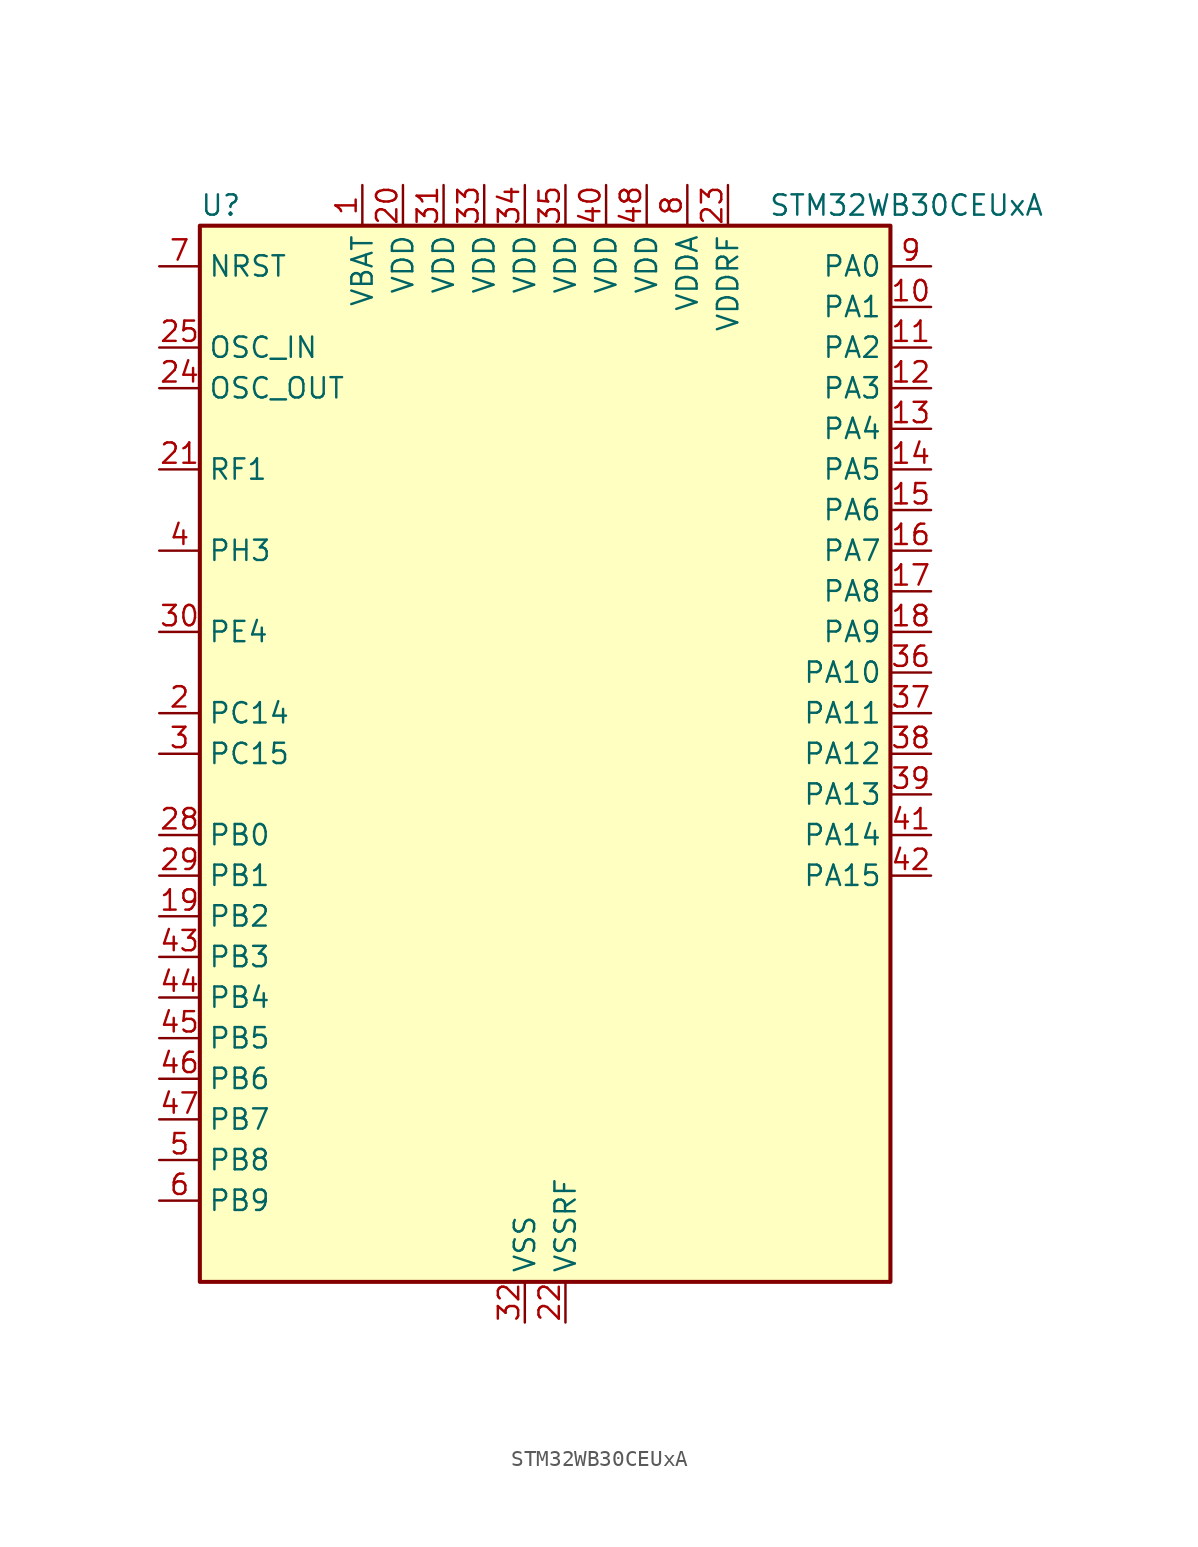
<source format=kicad_sym>
(kicad_symbol_lib
  (version 20220914)
  (generator kicad_symbol_editor)
  (symbol "STM32WB30CEUxA"
    (property "Reference" "U"
      (at -20.32 34.29 0)
      (effects (font (size 1.27 1.27)) (justify left)))
    (property "Value" "STM32WB30CEUxA"
      (at 15.24 34.29 0)
      (effects (font (size 1.27 1.27)) (justify left)))
    (property "ki_locked" ""
      (at 0 0 0)
      (effects (font (size 1.27 1.27))))
    (symbol "STM32WB30CEUxA_0_1"
      (rectangle (start -20.32 -33.02) (end 22.86 33.02) (stroke (width 0.254) (type default)) (fill (type background))))
    (symbol "STM32WB30CEUxA_1_1"
      (pin power_in line (at -10.16 35.56 270) (length 2.54) (name "VBAT" (effects (font (size 1.27 1.27)))) (number "1" (effects (font (size 1.27 1.27)))))
      (pin bidirectional line (at 25.4 27.94 180) (length 2.54) (name "PA1" (effects (font (size 1.27 1.27)))) (number "10" (effects (font (size 1.27 1.27)))) (alternate "ADC1_IN6" bidirectional line) (alternate "I2C1_SMBA" bidirectional line) (alternate "SPI1_SCK" bidirectional line) (alternate "TIM2_CH2" bidirectional line))
      (pin bidirectional line (at 25.4 25.4 180) (length 2.54) (name "PA2" (effects (font (size 1.27 1.27)))) (number "11" (effects (font (size 1.27 1.27)))) (alternate "ADC1_IN7" bidirectional line) (alternate "RCC_LSCO" bidirectional line) (alternate "SYS_WKUP4" bidirectional line) (alternate "TIM2_CH3" bidirectional line))
      (pin bidirectional line (at 25.4 22.86 180) (length 2.54) (name "PA3" (effects (font (size 1.27 1.27)))) (number "12" (effects (font (size 1.27 1.27)))) (alternate "ADC1_IN8" bidirectional line) (alternate "TIM2_CH4" bidirectional line))
      (pin bidirectional line (at 25.4 20.32 180) (length 2.54) (name "PA4" (effects (font (size 1.27 1.27)))) (number "13" (effects (font (size 1.27 1.27)))) (alternate "ADC1_IN9" bidirectional line) (alternate "LPTIM2_OUT" bidirectional line) (alternate "SPI1_NSS" bidirectional line))
      (pin bidirectional line (at 25.4 17.78 180) (length 2.54) (name "PA5" (effects (font (size 1.27 1.27)))) (number "14" (effects (font (size 1.27 1.27)))) (alternate "ADC1_IN10" bidirectional line) (alternate "LPTIM2_ETR" bidirectional line) (alternate "SPI1_SCK" bidirectional line) (alternate "TIM2_CH1" bidirectional line) (alternate "TIM2_ETR" bidirectional line))
      (pin bidirectional line (at 25.4 15.24 180) (length 2.54) (name "PA6" (effects (font (size 1.27 1.27)))) (number "15" (effects (font (size 1.27 1.27)))) (alternate "ADC1_IN11" bidirectional line) (alternate "SPI1_MISO" bidirectional line) (alternate "TIM16_CH1" bidirectional line) (alternate "TIM1_BKIN" bidirectional line))
      (pin bidirectional line (at 25.4 12.7 180) (length 2.54) (name "PA7" (effects (font (size 1.27 1.27)))) (number "16" (effects (font (size 1.27 1.27)))) (alternate "ADC1_IN12" bidirectional line) (alternate "SPI1_MOSI" bidirectional line) (alternate "TIM17_CH1" bidirectional line) (alternate "TIM1_CH1N" bidirectional line))
      (pin bidirectional line (at 25.4 10.16 180) (length 2.54) (name "PA8" (effects (font (size 1.27 1.27)))) (number "17" (effects (font (size 1.27 1.27)))) (alternate "ADC1_IN15" bidirectional line) (alternate "LPTIM2_OUT" bidirectional line) (alternate "RCC_MCO" bidirectional line) (alternate "TIM1_CH1" bidirectional line) (alternate "USART1_CK" bidirectional line))
      (pin bidirectional line (at 25.4 7.62 180) (length 2.54) (name "PA9" (effects (font (size 1.27 1.27)))) (number "18" (effects (font (size 1.27 1.27)))) (alternate "ADC1_IN16" bidirectional line) (alternate "I2C1_SCL" bidirectional line) (alternate "TIM1_CH2" bidirectional line) (alternate "USART1_TX" bidirectional line))
      (pin bidirectional line (at -22.86 -10.16 0) (length 2.54) (name "PB2" (effects (font (size 1.27 1.27)))) (number "19" (effects (font (size 1.27 1.27)))) (alternate "LPTIM1_OUT" bidirectional line) (alternate "RTC_OUT2" bidirectional line) (alternate "SPI1_NSS" bidirectional line))
      (pin bidirectional line (at -22.86 2.54 0) (length 2.54) (name "PC14" (effects (font (size 1.27 1.27)))) (number "2" (effects (font (size 1.27 1.27)))) (alternate "RCC_OSC32_IN" bidirectional line))
      (pin power_in line (at -7.62 35.56 270) (length 2.54) (name "VDD" (effects (font (size 1.27 1.27)))) (number "20" (effects (font (size 1.27 1.27)))))
      (pin bidirectional line (at -22.86 17.78 0) (length 2.54) (name "RF1" (effects (font (size 1.27 1.27)))) (number "21" (effects (font (size 1.27 1.27)))) (alternate "RF_RF1" bidirectional line))
      (pin power_in line (at 2.54 -35.56 90) (length 2.54) (name "VSSRF" (effects (font (size 1.27 1.27)))) (number "22" (effects (font (size 1.27 1.27)))))
      (pin power_in line (at 12.7 35.56 270) (length 2.54) (name "VDDRF" (effects (font (size 1.27 1.27)))) (number "23" (effects (font (size 1.27 1.27)))))
      (pin input line (at -22.86 22.86 0) (length 2.54) (name "OSC_OUT" (effects (font (size 1.27 1.27)))) (number "24" (effects (font (size 1.27 1.27)))) (alternate "RCC_OSC_OUT" bidirectional line))
      (pin input line (at -22.86 25.4 0) (length 2.54) (name "OSC_IN" (effects (font (size 1.27 1.27)))) (number "25" (effects (font (size 1.27 1.27)))) (alternate "RCC_OSC_IN" bidirectional line))
      (pin no_connect line (at -20.32 -33.02 0) (length 2.54) hide (name "AT0" (effects (font (size 1.27 1.27)))) (number "26" (effects (font (size 1.27 1.27)))))
      (pin no_connect line (at -20.32 -30.48 0) (length 2.54) hide (name "AT1" (effects (font (size 1.27 1.27)))) (number "27" (effects (font (size 1.27 1.27)))))
      (pin bidirectional line (at -22.86 -5.08 0) (length 2.54) (name "PB0" (effects (font (size 1.27 1.27)))) (number "28" (effects (font (size 1.27 1.27)))) (alternate "RF_TX_MOD_EXT_PA" bidirectional line))
      (pin bidirectional line (at -22.86 -7.62 0) (length 2.54) (name "PB1" (effects (font (size 1.27 1.27)))) (number "29" (effects (font (size 1.27 1.27)))) (alternate "LPTIM2_IN1" bidirectional line))
      (pin bidirectional line (at -22.86 0 0) (length 2.54) (name "PC15" (effects (font (size 1.27 1.27)))) (number "3" (effects (font (size 1.27 1.27)))) (alternate "ADC1_EXTI15" bidirectional line) (alternate "RCC_OSC32_OUT" bidirectional line))
      (pin bidirectional line (at -22.86 7.62 0) (length 2.54) (name "PE4" (effects (font (size 1.27 1.27)))) (number "30" (effects (font (size 1.27 1.27)))))
      (pin power_in line (at -5.08 35.56 270) (length 2.54) (name "VDD" (effects (font (size 1.27 1.27)))) (number "31" (effects (font (size 1.27 1.27)))))
      (pin power_in line (at 0 -35.56 90) (length 2.54) (name "VSS" (effects (font (size 1.27 1.27)))) (number "32" (effects (font (size 1.27 1.27)))))
      (pin power_in line (at -2.54 35.56 270) (length 2.54) (name "VDD" (effects (font (size 1.27 1.27)))) (number "33" (effects (font (size 1.27 1.27)))))
      (pin power_in line (at 0 35.56 270) (length 2.54) (name "VDD" (effects (font (size 1.27 1.27)))) (number "34" (effects (font (size 1.27 1.27)))))
      (pin power_in line (at 2.54 35.56 270) (length 2.54) (name "VDD" (effects (font (size 1.27 1.27)))) (number "35" (effects (font (size 1.27 1.27)))))
      (pin bidirectional line (at 25.4 5.08 180) (length 2.54) (name "PA10" (effects (font (size 1.27 1.27)))) (number "36" (effects (font (size 1.27 1.27)))) (alternate "I2C1_SDA" bidirectional line) (alternate "TIM17_BKIN" bidirectional line) (alternate "TIM1_CH3" bidirectional line) (alternate "USART1_RX" bidirectional line))
      (pin bidirectional line (at 25.4 2.54 180) (length 2.54) (name "PA11" (effects (font (size 1.27 1.27)))) (number "37" (effects (font (size 1.27 1.27)))) (alternate "ADC1_EXTI11" bidirectional line) (alternate "SPI1_MISO" bidirectional line) (alternate "TIM1_BKIN2" bidirectional line) (alternate "TIM1_CH4" bidirectional line) (alternate "USART1_CTS" bidirectional line) (alternate "USART1_NSS" bidirectional line))
      (pin bidirectional line (at 25.4 0 180) (length 2.54) (name "PA12" (effects (font (size 1.27 1.27)))) (number "38" (effects (font (size 1.27 1.27)))) (alternate "SPI1_MOSI" bidirectional line) (alternate "TIM1_ETR" bidirectional line) (alternate "USART1_DE" bidirectional line) (alternate "USART1_RTS" bidirectional line))
      (pin bidirectional line (at 25.4 -2.54 180) (length 2.54) (name "PA13" (effects (font (size 1.27 1.27)))) (number "39" (effects (font (size 1.27 1.27)))) (alternate "IR_OUT" bidirectional line) (alternate "SYS_JTMS-SWDIO" bidirectional line))
      (pin bidirectional line (at -22.86 12.7 0) (length 2.54) (name "PH3" (effects (font (size 1.27 1.27)))) (number "4" (effects (font (size 1.27 1.27)))) (alternate "RCC_LSCO" bidirectional line))
      (pin power_in line (at 5.08 35.56 270) (length 2.54) (name "VDD" (effects (font (size 1.27 1.27)))) (number "40" (effects (font (size 1.27 1.27)))))
      (pin bidirectional line (at 25.4 -5.08 180) (length 2.54) (name "PA14" (effects (font (size 1.27 1.27)))) (number "41" (effects (font (size 1.27 1.27)))) (alternate "I2C1_SMBA" bidirectional line) (alternate "LPTIM1_OUT" bidirectional line) (alternate "SYS_JTCK-SWCLK" bidirectional line))
      (pin bidirectional line (at 25.4 -7.62 180) (length 2.54) (name "PA15" (effects (font (size 1.27 1.27)))) (number "42" (effects (font (size 1.27 1.27)))) (alternate "ADC1_EXTI15" bidirectional line) (alternate "RCC_MCO" bidirectional line) (alternate "SPI1_NSS" bidirectional line) (alternate "SYS_JTDI" bidirectional line) (alternate "TIM2_CH1" bidirectional line) (alternate "TIM2_ETR" bidirectional line))
      (pin bidirectional line (at -22.86 -12.7 0) (length 2.54) (name "PB3" (effects (font (size 1.27 1.27)))) (number "43" (effects (font (size 1.27 1.27)))) (alternate "SPI1_SCK" bidirectional line) (alternate "SYS_JTDO-SWO" bidirectional line) (alternate "TIM2_CH2" bidirectional line) (alternate "USART1_DE" bidirectional line) (alternate "USART1_RTS" bidirectional line))
      (pin bidirectional line (at -22.86 -15.24 0) (length 2.54) (name "PB4" (effects (font (size 1.27 1.27)))) (number "44" (effects (font (size 1.27 1.27)))) (alternate "SPI1_MISO" bidirectional line) (alternate "SYS_JTRST" bidirectional line) (alternate "TIM17_BKIN" bidirectional line) (alternate "USART1_CTS" bidirectional line) (alternate "USART1_NSS" bidirectional line))
      (pin bidirectional line (at -22.86 -17.78 0) (length 2.54) (name "PB5" (effects (font (size 1.27 1.27)))) (number "45" (effects (font (size 1.27 1.27)))) (alternate "I2C1_SMBA" bidirectional line) (alternate "LPTIM1_IN1" bidirectional line) (alternate "SPI1_MOSI" bidirectional line) (alternate "TIM16_BKIN" bidirectional line) (alternate "USART1_CK" bidirectional line))
      (pin bidirectional line (at -22.86 -20.32 0) (length 2.54) (name "PB6" (effects (font (size 1.27 1.27)))) (number "46" (effects (font (size 1.27 1.27)))) (alternate "I2C1_SCL" bidirectional line) (alternate "LPTIM1_ETR" bidirectional line) (alternate "RCC_MCO" bidirectional line) (alternate "TIM16_CH1N" bidirectional line) (alternate "USART1_TX" bidirectional line))
      (pin bidirectional line (at -22.86 -22.86 0) (length 2.54) (name "PB7" (effects (font (size 1.27 1.27)))) (number "47" (effects (font (size 1.27 1.27)))) (alternate "I2C1_SDA" bidirectional line) (alternate "LPTIM1_IN2" bidirectional line) (alternate "SYS_PVD_IN" bidirectional line) (alternate "TIM17_CH1N" bidirectional line) (alternate "TIM1_BKIN" bidirectional line) (alternate "USART1_RX" bidirectional line))
      (pin power_in line (at 7.62 35.56 270) (length 2.54) (name "VDD" (effects (font (size 1.27 1.27)))) (number "48" (effects (font (size 1.27 1.27)))))
      (pin passive line (at 0 -35.56 90) (length 2.54) hide (name "VSS" (effects (font (size 1.27 1.27)))) (number "49" (effects (font (size 1.27 1.27)))))
      (pin bidirectional line (at -22.86 -25.4 0) (length 2.54) (name "PB8" (effects (font (size 1.27 1.27)))) (number "5" (effects (font (size 1.27 1.27)))) (alternate "I2C1_SCL" bidirectional line) (alternate "TIM16_CH1" bidirectional line) (alternate "TIM1_CH2N" bidirectional line))
      (pin bidirectional line (at -22.86 -27.94 0) (length 2.54) (name "PB9" (effects (font (size 1.27 1.27)))) (number "6" (effects (font (size 1.27 1.27)))) (alternate "I2C1_SDA" bidirectional line) (alternate "IR_OUT" bidirectional line) (alternate "TIM17_CH1" bidirectional line) (alternate "TIM1_CH3N" bidirectional line))
      (pin input line (at -22.86 30.48 0) (length 2.54) (name "NRST" (effects (font (size 1.27 1.27)))) (number "7" (effects (font (size 1.27 1.27)))))
      (pin power_in line (at 10.16 35.56 270) (length 2.54) (name "VDDA" (effects (font (size 1.27 1.27)))) (number "8" (effects (font (size 1.27 1.27)))))
      (pin bidirectional line (at 25.4 30.48 180) (length 2.54) (name "PA0" (effects (font (size 1.27 1.27)))) (number "9" (effects (font (size 1.27 1.27)))) (alternate "ADC1_IN5" bidirectional line) (alternate "RTC_TAMP2" bidirectional line) (alternate "SYS_WKUP1" bidirectional line) (alternate "TIM2_CH1" bidirectional line) (alternate "TIM2_ETR" bidirectional line)))))
</source>
